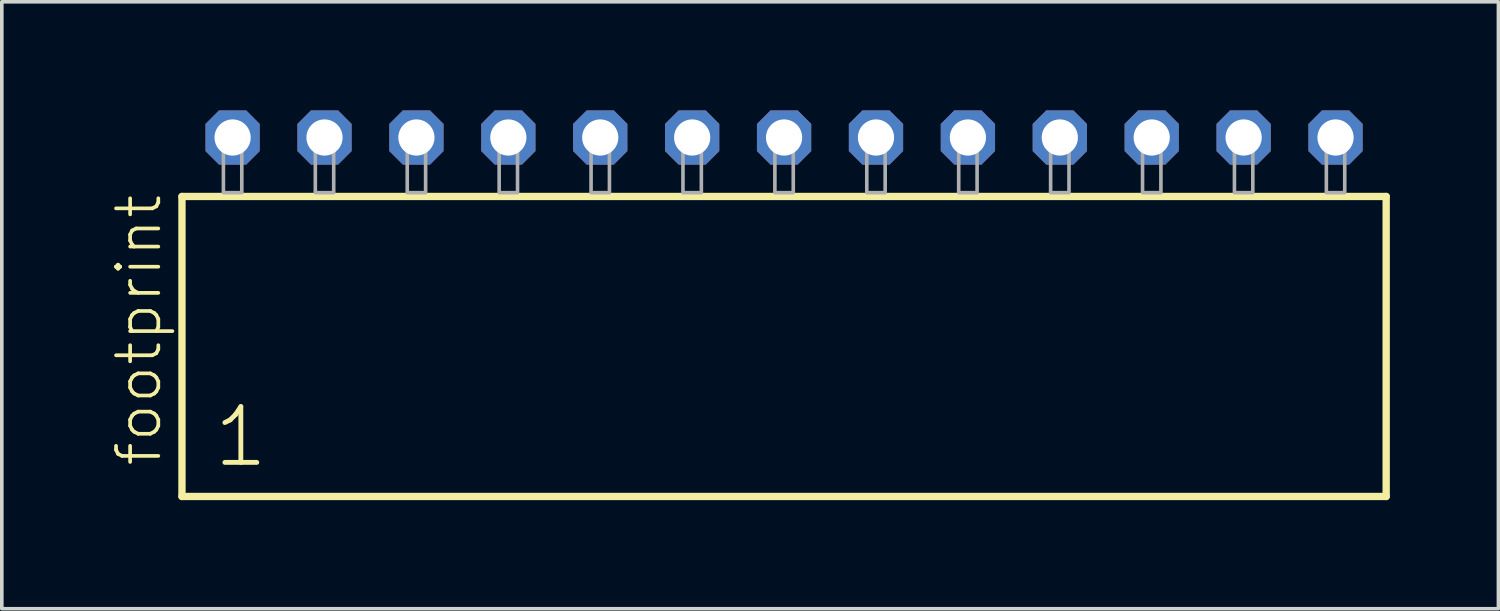
<source format=kicad_pcb>
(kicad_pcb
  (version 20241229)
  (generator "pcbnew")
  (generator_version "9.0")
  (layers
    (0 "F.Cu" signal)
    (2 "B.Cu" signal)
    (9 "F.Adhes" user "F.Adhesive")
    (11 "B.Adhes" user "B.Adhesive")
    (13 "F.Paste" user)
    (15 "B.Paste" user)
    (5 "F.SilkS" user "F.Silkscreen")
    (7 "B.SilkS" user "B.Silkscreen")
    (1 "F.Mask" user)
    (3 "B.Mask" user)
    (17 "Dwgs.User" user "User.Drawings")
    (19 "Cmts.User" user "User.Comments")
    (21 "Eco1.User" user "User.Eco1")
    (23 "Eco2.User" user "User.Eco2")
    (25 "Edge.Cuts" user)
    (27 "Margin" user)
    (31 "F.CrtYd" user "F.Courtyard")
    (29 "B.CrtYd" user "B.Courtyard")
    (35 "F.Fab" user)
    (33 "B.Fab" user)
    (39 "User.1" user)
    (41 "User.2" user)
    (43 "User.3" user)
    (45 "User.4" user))
  (footprint "footprint"
    (layer "F.Cu")
    (at 18.618 2.274)
    (property "Reference" "footprint" (at -17.145 7.62 90) (layer "F.SilkS") (effects (font (size 1.168 1.168) (thickness 0.102)) (justify left bottom)))
    (fp_line (start -16.639 0.106) (end -16.639 8.396) (stroke (width 0.203) (type solid)) (layer "F.SilkS"))
    (fp_line (start -16.639 8.396) (end 16.639 8.396) (stroke (width 0.203) (type solid)) (layer "F.SilkS"))
    (fp_line (start 16.639 0.106) (end -16.639 0.106) (stroke (width 0.203) (type solid)) (layer "F.SilkS"))
    (fp_line (start 16.639 8.396) (end 16.639 0.106) (stroke (width 0.203) (type solid)) (layer "F.SilkS"))
    (fp_poly (pts (xy -15.494 0) (xy -14.986 0) (xy -14.986 -1.778) (xy -15.494 -1.778)) (stroke (width 0.1) (type solid)) (fill no) (layer "F.Fab"))
    (fp_poly (pts (xy -12.954 0) (xy -12.446 0) (xy -12.446 -1.778) (xy -12.954 -1.778)) (stroke (width 0.1) (type solid)) (fill no) (layer "F.Fab"))
    (fp_poly (pts (xy -10.414 0) (xy -9.906 0) (xy -9.906 -1.778) (xy -10.414 -1.778)) (stroke (width 0.1) (type solid)) (fill no) (layer "F.Fab"))
    (fp_poly (pts (xy -7.874 0) (xy -7.366 0) (xy -7.366 -1.778) (xy -7.874 -1.778)) (stroke (width 0.1) (type solid)) (fill no) (layer "F.Fab"))
    (fp_poly (pts (xy -5.334 0) (xy -4.826 0) (xy -4.826 -1.778) (xy -5.334 -1.778)) (stroke (width 0.1) (type solid)) (fill no) (layer "F.Fab"))
    (fp_poly (pts (xy -2.794 0) (xy -2.286 0) (xy -2.286 -1.778) (xy -2.794 -1.778)) (stroke (width 0.1) (type solid)) (fill no) (layer "F.Fab"))
    (fp_poly (pts (xy -0.254 0) (xy 0.254 0) (xy 0.254 -1.778) (xy -0.254 -1.778)) (stroke (width 0.1) (type solid)) (fill no) (layer "F.Fab"))
    (fp_poly (pts (xy 2.286 0) (xy 2.794 0) (xy 2.794 -1.778) (xy 2.286 -1.778)) (stroke (width 0.1) (type solid)) (fill no) (layer "F.Fab"))
    (fp_poly (pts (xy 4.826 0) (xy 5.334 0) (xy 5.334 -1.778) (xy 4.826 -1.778)) (stroke (width 0.1) (type solid)) (fill no) (layer "F.Fab"))
    (fp_poly (pts (xy 7.366 0) (xy 7.874 0) (xy 7.874 -1.778) (xy 7.366 -1.778)) (stroke (width 0.1) (type solid)) (fill no) (layer "F.Fab"))
    (fp_poly (pts (xy 9.906 0) (xy 10.414 0) (xy 10.414 -1.778) (xy 9.906 -1.778)) (stroke (width 0.1) (type solid)) (fill no) (layer "F.Fab"))
    (fp_poly (pts (xy 12.446 0) (xy 12.954 0) (xy 12.954 -1.778) (xy 12.446 -1.778)) (stroke (width 0.1) (type solid)) (fill no) (layer "F.Fab"))
    (fp_poly (pts (xy 14.986 0) (xy 15.494 0) (xy 15.494 -1.778) (xy 14.986 -1.778)) (stroke (width 0.1) (type solid)) (fill no) (layer "F.Fab"))
    (fp_text user "1" (at -15.835 7.65 0) (layer "F.SilkS") (effects (font (size 1.542 1.542) (thickness 0.134)) (justify left bottom)))
    (pad "1" thru_hole roundrect (at -15.24 -1.524) (size 1.5 1.5) (drill 1) (layers "*.Cu" "*.Mask") (roundrect_rratio 0.25) (chamfer_ratio 0.25) (chamfer top_left top_right bottom_left bottom_right))
    (pad "2" thru_hole roundrect (at -12.7 -1.524) (size 1.5 1.5) (drill 1) (layers "*.Cu" "*.Mask") (roundrect_rratio 0.25) (chamfer_ratio 0.25) (chamfer top_left top_right bottom_left bottom_right))
    (pad "3" thru_hole roundrect (at -10.16 -1.524) (size 1.5 1.5) (drill 1) (layers "*.Cu" "*.Mask") (roundrect_rratio 0.25) (chamfer_ratio 0.25) (chamfer top_left top_right bottom_left bottom_right))
    (pad "4" thru_hole roundrect (at -7.62 -1.524) (size 1.5 1.5) (drill 1) (layers "*.Cu" "*.Mask") (roundrect_rratio 0.25) (chamfer_ratio 0.25) (chamfer top_left top_right bottom_left bottom_right))
    (pad "5" thru_hole roundrect (at -5.08 -1.524) (size 1.5 1.5) (drill 1) (layers "*.Cu" "*.Mask") (roundrect_rratio 0.25) (chamfer_ratio 0.25) (chamfer top_left top_right bottom_left bottom_right))
    (pad "6" thru_hole roundrect (at -2.54 -1.524) (size 1.5 1.5) (drill 1) (layers "*.Cu" "*.Mask") (roundrect_rratio 0.25) (chamfer_ratio 0.25) (chamfer top_left top_right bottom_left bottom_right))
    (pad "7" thru_hole roundrect (at 0 -1.524) (size 1.5 1.5) (drill 1) (layers "*.Cu" "*.Mask") (roundrect_rratio 0.25) (chamfer_ratio 0.25) (chamfer top_left top_right bottom_left bottom_right))
    (pad "8" thru_hole roundrect (at 2.54 -1.524) (size 1.5 1.5) (drill 1) (layers "*.Cu" "*.Mask") (roundrect_rratio 0.25) (chamfer_ratio 0.25) (chamfer top_left top_right bottom_left bottom_right))
    (pad "9" thru_hole roundrect (at 5.08 -1.524) (size 1.5 1.5) (drill 1) (layers "*.Cu" "*.Mask") (roundrect_rratio 0.25) (chamfer_ratio 0.25) (chamfer top_left top_right bottom_left bottom_right))
    (pad "10" thru_hole roundrect (at 7.62 -1.524) (size 1.5 1.5) (drill 1) (layers "*.Cu" "*.Mask") (roundrect_rratio 0.25) (chamfer_ratio 0.25) (chamfer top_left top_right bottom_left bottom_right))
    (pad "11" thru_hole roundrect (at 10.16 -1.524) (size 1.5 1.5) (drill 1) (layers "*.Cu" "*.Mask") (roundrect_rratio 0.25) (chamfer_ratio 0.25) (chamfer top_left top_right bottom_left bottom_right))
    (pad "12" thru_hole roundrect (at 12.7 -1.524) (size 1.5 1.5) (drill 1) (layers "*.Cu" "*.Mask") (roundrect_rratio 0.25) (chamfer_ratio 0.25) (chamfer top_left top_right bottom_left bottom_right))
    (pad "13" thru_hole roundrect (at 15.24 -1.524) (size 1.5 1.5) (drill 1) (layers "*.Cu" "*.Mask") (roundrect_rratio 0.25) (chamfer_ratio 0.25) (chamfer top_left top_right bottom_left bottom_right)))
  (gr_rect
    (start -3 -3)
    (end 38.359 13.772)
    (stroke (width 0.1) (type default))
    (fill no)
    (layer "Edge.Cuts")))
</source>
